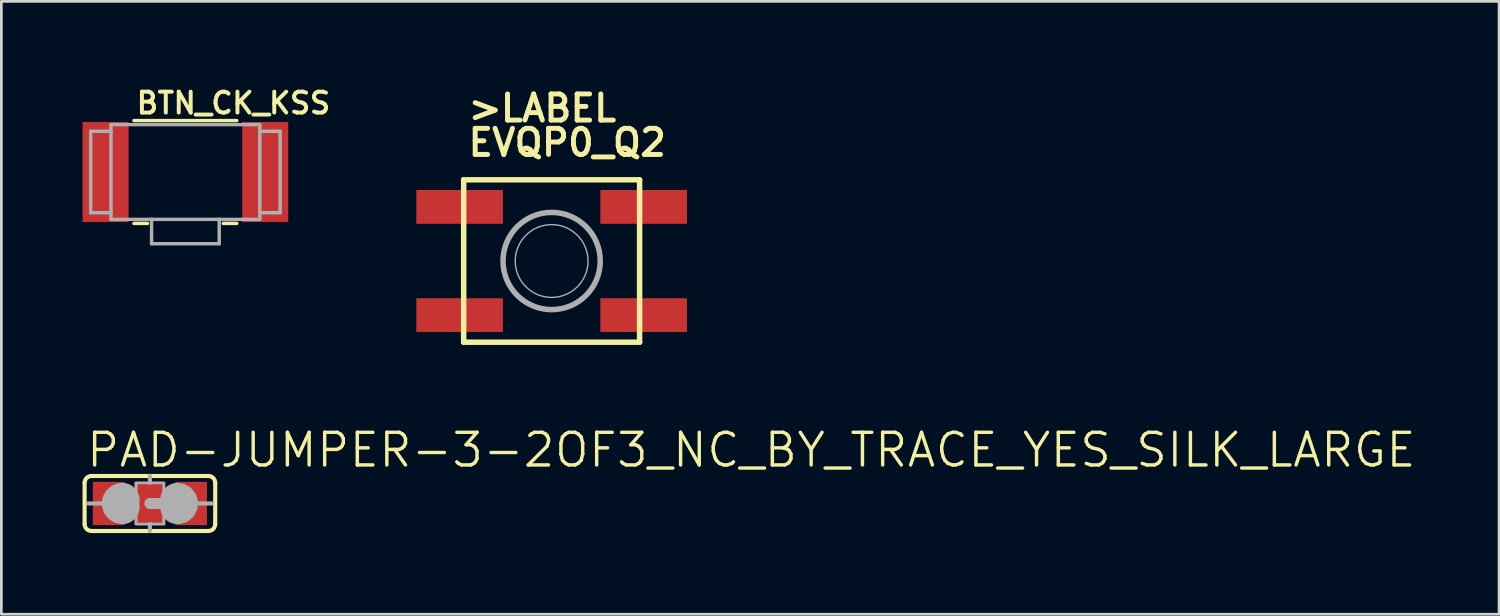
<source format=kicad_pcb>
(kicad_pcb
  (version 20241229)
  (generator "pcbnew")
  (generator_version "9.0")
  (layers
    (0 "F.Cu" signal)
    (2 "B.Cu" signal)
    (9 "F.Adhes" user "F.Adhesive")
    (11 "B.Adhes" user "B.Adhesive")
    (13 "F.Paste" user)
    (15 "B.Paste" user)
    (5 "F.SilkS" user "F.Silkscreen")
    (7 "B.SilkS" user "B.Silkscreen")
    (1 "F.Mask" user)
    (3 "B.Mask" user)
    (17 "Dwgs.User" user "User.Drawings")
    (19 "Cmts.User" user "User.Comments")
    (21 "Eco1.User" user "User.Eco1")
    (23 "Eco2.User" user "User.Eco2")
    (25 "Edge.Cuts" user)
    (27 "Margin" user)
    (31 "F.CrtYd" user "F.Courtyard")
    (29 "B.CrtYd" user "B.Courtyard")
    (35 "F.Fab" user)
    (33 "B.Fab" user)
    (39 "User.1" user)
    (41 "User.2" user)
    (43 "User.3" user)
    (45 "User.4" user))
  (footprint "BTN_CK_KSS"
    (layer "F.Cu")
    (at 3.8 3.305)
    (property "Reference" "BTN_CK_KSS" (at -1.886 -2.094 0) (layer "F.SilkS") (effects (font (size 0.772 0.772) (thickness 0.146)) (justify left bottom)))
    (attr through_hole)
    (fp_line (start -1.9 -1.9) (end 1.9 -1.9) (stroke (width 0.127) (type solid)) (layer "F.SilkS"))
    (fp_line (start -1.9 1.9) (end -1.4 1.9) (stroke (width 0.127) (type solid)) (layer "F.SilkS"))
    (fp_line (start 1.4 1.9) (end 1.9 1.9) (stroke (width 0.127) (type solid)) (layer "F.SilkS"))
    (fp_line (start -3.5 -1.505) (end -2.75 -1.505) (stroke (width 0.127) (type solid)) (layer "F.Fab"))
    (fp_line (start -3.5 1.505) (end -3.5 -1.505) (stroke (width 0.127) (type solid)) (layer "F.Fab"))
    (fp_line (start -2.75 -1.75) (end 2.75 -1.75) (stroke (width 0.127) (type solid)) (layer "F.Fab"))
    (fp_line (start -2.75 -1.505) (end -2.75 -1.75) (stroke (width 0.127) (type solid)) (layer "F.Fab"))
    (fp_line (start -2.75 1.505) (end -3.5 1.505) (stroke (width 0.127) (type solid)) (layer "F.Fab"))
    (fp_line (start -2.75 1.505) (end -2.75 -1.505) (stroke (width 0.127) (type solid)) (layer "F.Fab"))
    (fp_line (start -2.75 1.75) (end -2.75 1.505) (stroke (width 0.127) (type solid)) (layer "F.Fab"))
    (fp_line (start -1.25 1.75) (end -2.75 1.75) (stroke (width 0.127) (type solid)) (layer "F.Fab"))
    (fp_line (start -1.25 2.65) (end -1.25 1.75) (stroke (width 0.127) (type solid)) (layer "F.Fab"))
    (fp_line (start -1.25 2.65) (end 1.25 2.65) (stroke (width 0.127) (type solid)) (layer "F.Fab"))
    (fp_line (start 1.25 1.75) (end -1.25 1.75) (stroke (width 0.127) (type solid)) (layer "F.Fab"))
    (fp_line (start 1.25 2.65) (end 1.25 1.75) (stroke (width 0.127) (type solid)) (layer "F.Fab"))
    (fp_line (start 2.75 -1.75) (end 2.75 -1.505) (stroke (width 0.127) (type solid)) (layer "F.Fab"))
    (fp_line (start 2.75 -1.505) (end 2.75 1.505) (stroke (width 0.127) (type solid)) (layer "F.Fab"))
    (fp_line (start 2.75 -1.505) (end 3.5 -1.505) (stroke (width 0.127) (type solid)) (layer "F.Fab"))
    (fp_line (start 2.75 1.505) (end 2.75 1.75) (stroke (width 0.127) (type solid)) (layer "F.Fab"))
    (fp_line (start 2.75 1.75) (end 1.25 1.75) (stroke (width 0.127) (type solid)) (layer "F.Fab"))
    (fp_line (start 3.5 -1.505) (end 3.5 1.505) (stroke (width 0.127) (type solid)) (layer "F.Fab"))
    (fp_line (start 3.5 1.505) (end 2.75 1.505) (stroke (width 0.127) (type solid)) (layer "F.Fab"))
    (pad "P$1" smd rect (at -2.95 0) (size 1.7 3.7) (layers "F.Cu" "F.Mask" "F.Paste"))
    (pad "P$2" smd rect (at 2.95 0) (size 1.7 3.7) (layers "F.Cu" "F.Mask" "F.Paste")))
  (footprint "EVQP0_Q2"
    (layer "F.Cu")
    (at 17.332 6.594)
    (property "Reference" "EVQP0_Q2" (at -3.175 -3.81 0) (layer "F.SilkS") (effects (font (size 0.965 0.965) (thickness 0.183)) (justify left bottom)))
    (attr through_hole)
    (fp_line (start -3.25 -3) (end 3.25 -3) (stroke (width 0.203) (type solid)) (layer "F.SilkS"))
    (fp_line (start -3.25 3) (end -3.25 -3) (stroke (width 0.203) (type solid)) (layer "F.SilkS"))
    (fp_line (start 3.25 -3) (end 3.25 3) (stroke (width 0.203) (type solid)) (layer "F.SilkS"))
    (fp_line (start 3.25 3) (end -3.25 3) (stroke (width 0.203) (type solid)) (layer "F.SilkS"))
    (fp_circle (center 0 0) (end 1.345 0) (stroke (width 0.051) (type solid)) (fill no) (layer "F.Fab"))
    (fp_circle (center 0 0) (end 1.796 0) (stroke (width 0.203) (type solid)) (fill no) (layer "F.Fab"))
    (fp_text user ">LABEL" (at -3.175 -5.08 0) (layer "F.SilkS") (effects (font (size 0.965 0.965) (thickness 0.183)) (justify left bottom)))
    (pad "1" smd rect (at -3.4 -2 180) (size 3.2 1.25) (layers "F.Cu" "F.Mask" "F.Paste"))
    (pad "2" smd rect (at 3.4 -2) (size 3.2 1.25) (layers "F.Cu" "F.Mask" "F.Paste"))
    (pad "3" smd rect (at -3.4 2) (size 3.2 1.25) (layers "F.Cu" "F.Mask" "F.Paste"))
    (pad "4" smd rect (at 3.4 2 180) (size 3.2 1.25) (layers "F.Cu" "F.Mask" "F.Paste")))
  (footprint "PAD-JUMPER-3-2OF3_NC_BY_TRACE_YES_SILK_LARGE"
    (layer "F.Cu")
    (at 2.489 15.553)
    (property "Reference" "PAD-JUMPER-3-2OF3_NC_BY_TRACE_YES_SILK_LARGE" (at -2.413 -1.27 0) (layer "F.SilkS") (effects (font (size 1.206 1.206) (thickness 0.127)) (justify left bottom)))
    (attr through_hole)
    (fp_line (start 0 0) (end 1.27 0) (stroke (width 0.406) (type solid)) (layer "F.Cu"))
    (fp_line (start -2.413 0.762) (end -2.413 -0.762) (stroke (width 0.152) (type solid)) (layer "F.SilkS"))
    (fp_line (start -2.159 -1.016) (end 2.159 -1.016) (stroke (width 0.152) (type solid)) (layer "F.SilkS"))
    (fp_line (start 2.159 1.016) (end -2.159 1.016) (stroke (width 0.152) (type solid)) (layer "F.SilkS"))
    (fp_line (start 2.413 0.762) (end 2.413 -0.762) (stroke (width 0.152) (type solid)) (layer "F.SilkS"))
    (fp_arc (start -2.413 -0.762) (mid -2.338605 -0.941605) (end -2.159 -1.016) (stroke (width 0.1524) (type solid)) (layer "F.SilkS"))
    (fp_arc (start -2.159 1.016) (mid -2.338605 0.941605) (end -2.413 0.762) (stroke (width 0.1524) (type solid)) (layer "F.SilkS"))
    (fp_arc (start 2.159 -1.016) (mid 2.338605 -0.941605) (end 2.413 -0.762) (stroke (width 0.1524) (type solid)) (layer "F.SilkS"))
    (fp_arc (start 2.413 0.762) (mid 2.338605 0.941605) (end 2.159 1.016) (stroke (width 0.1524) (type solid)) (layer "F.SilkS"))
    (fp_line (start -1.778 0) (end -2.286 0) (stroke (width 0.152) (type solid)) (layer "F.Fab"))
    (fp_line (start 0 -0.762) (end 0 -1.016) (stroke (width 0.152) (type solid)) (layer "F.Fab"))
    (fp_line (start 0 0) (end 1.27 0) (stroke (width 0.406) (type solid)) (layer "F.Fab"))
    (fp_line (start 0 1.016) (end 0 0.762) (stroke (width 0.152) (type solid)) (layer "F.Fab"))
    (fp_line (start 1.778 0) (end 2.286 0) (stroke (width 0.152) (type solid)) (layer "F.Fab"))
    (fp_arc (start -1.016 0.127) (mid -1.143 0) (end -1.016 -0.127) (stroke (width 1.27) (type solid)) (layer "F.Fab"))
    (fp_arc (start 1.016 -0.127) (mid 1.143 0) (end 1.016 0.127) (stroke (width 1.27) (type solid)) (layer "F.Fab"))
    (fp_poly (pts (xy -0.508 0.762) (xy 0.508 0.762) (xy 0.508 -0.762) (xy -0.508 -0.762)) (stroke (width 0.1) (type solid)) (fill no) (layer "F.Fab"))
    (pad "1" smd rect (at -1.524 0) (size 1.168 1.6) (layers "F.Cu" "F.Mask" "F.Paste"))
    (pad "2" smd rect (at 0 0) (size 1.168 1.6) (layers "F.Cu" "F.Mask" "F.Paste"))
    (pad "3" smd rect (at 1.524 0) (size 1.168 1.6) (layers "F.Cu" "F.Mask" "F.Paste")))
  (gr_rect
    (start -3 -3)
    (end 52.338 19.645)
    (stroke (width 0.1) (type default))
    (fill no)
    (layer "Edge.Cuts")))
</source>
